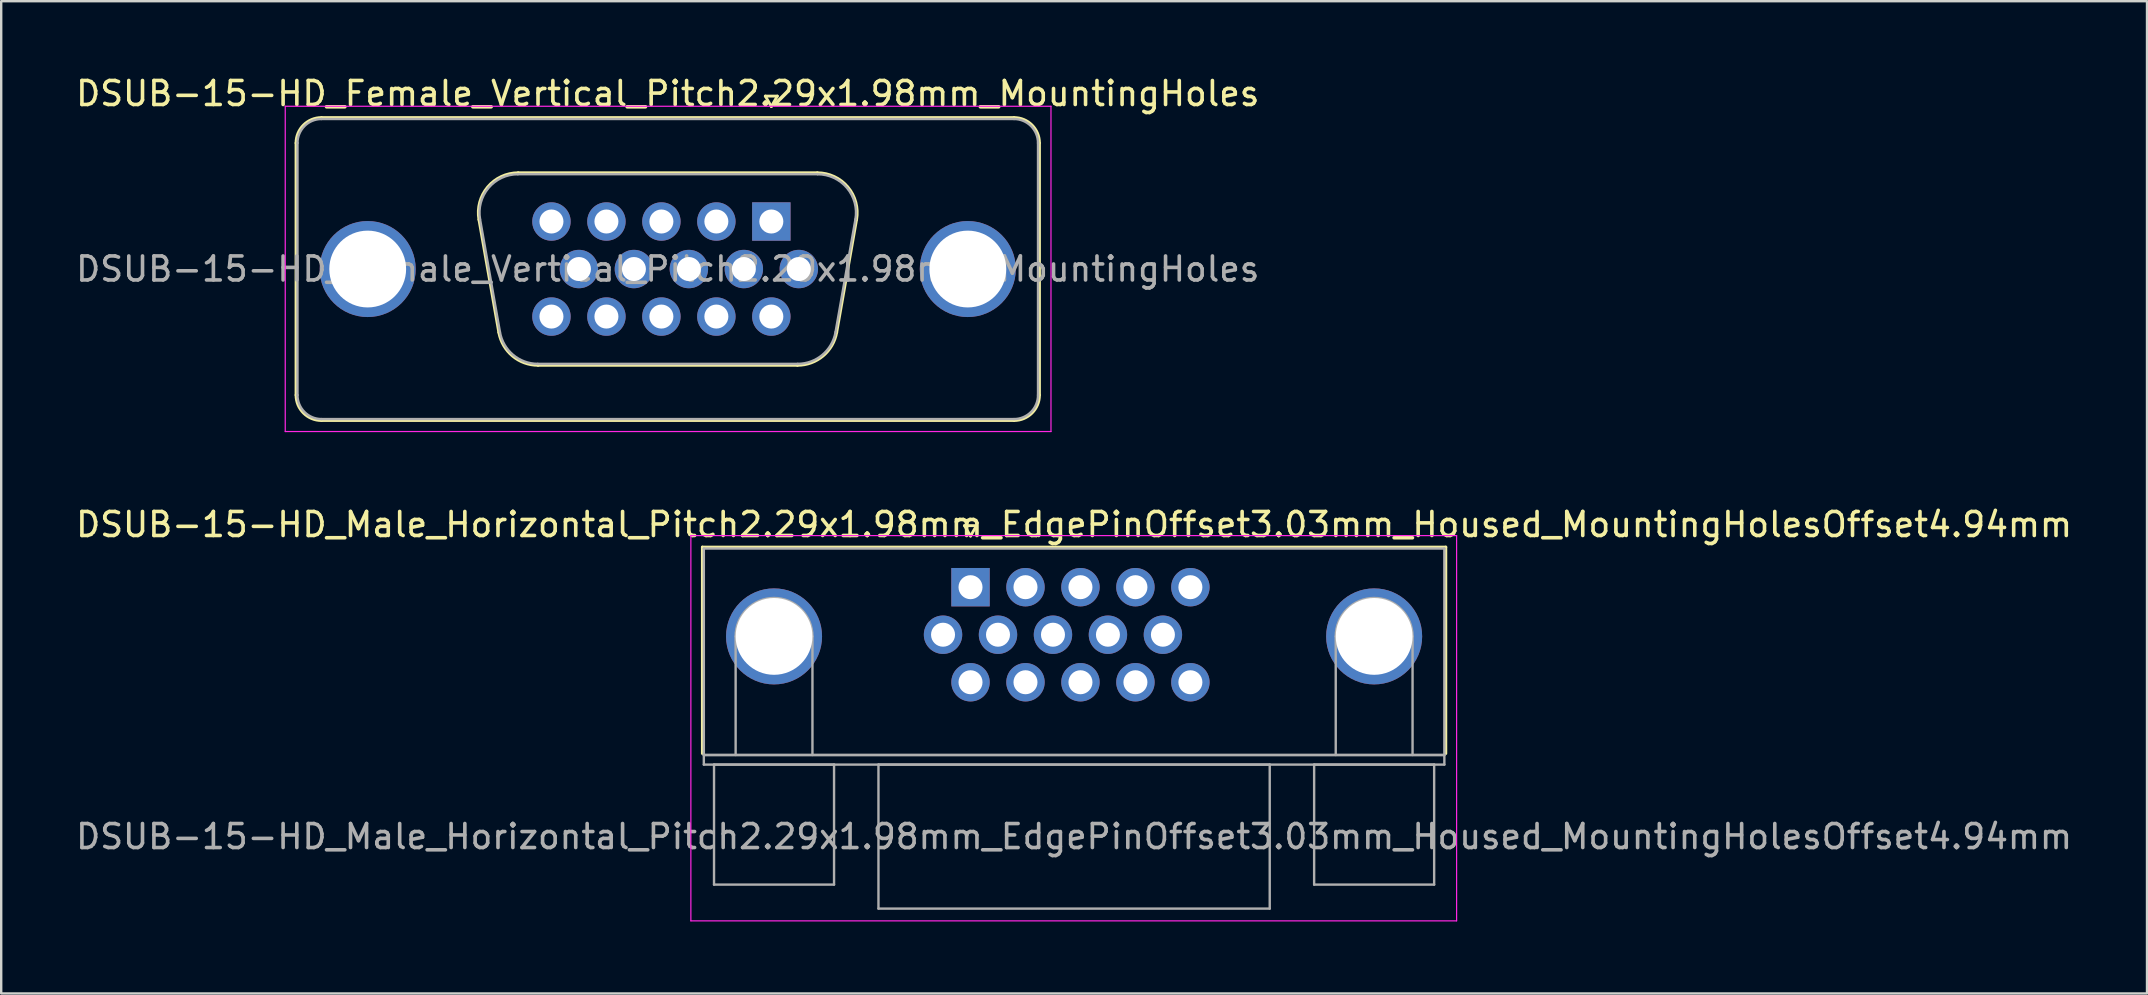
<source format=kicad_pcb>
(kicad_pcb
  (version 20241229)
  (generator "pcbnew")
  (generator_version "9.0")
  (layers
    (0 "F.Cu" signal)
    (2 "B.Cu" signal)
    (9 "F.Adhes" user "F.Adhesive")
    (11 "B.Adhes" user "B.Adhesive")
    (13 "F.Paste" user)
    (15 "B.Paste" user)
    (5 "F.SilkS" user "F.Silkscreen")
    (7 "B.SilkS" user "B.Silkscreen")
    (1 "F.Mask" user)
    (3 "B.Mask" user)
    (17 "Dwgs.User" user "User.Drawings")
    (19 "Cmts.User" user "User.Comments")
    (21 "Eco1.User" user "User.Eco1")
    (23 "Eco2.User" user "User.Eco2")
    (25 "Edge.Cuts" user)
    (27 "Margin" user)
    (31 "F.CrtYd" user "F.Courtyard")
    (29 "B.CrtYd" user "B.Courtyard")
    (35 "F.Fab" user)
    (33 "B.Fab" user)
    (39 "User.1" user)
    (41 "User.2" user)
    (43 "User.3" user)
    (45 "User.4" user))
  (footprint "DSUB-15-HD_Female_Vertical_Pitch2.29x1.98mm_MountingHoles"
    (layer "F.Cu")
    (at 29.083 6.178)
    (property "Reference" "DSUB-15-HD_Female_Vertical_Pitch2.29x1.98mm_MountingHoles" (at -4.315 -5.33 0) (layer "F.SilkS") (effects (font (size 1 1) (thickness 0.15))))
    (attr through_hole)
    (fp_line (start -19.8 7.23) (end -19.8 -3.27) (stroke (width 0.12) (type solid)) (layer "F.SilkS"))
    (fp_line (start -18.74 -4.33) (end 10.11 -4.33) (stroke (width 0.12) (type solid)) (layer "F.SilkS"))
    (fp_line (start -12.181 -0.082) (end -11.353 4.618) (stroke (width 0.12) (type solid)) (layer "F.SilkS"))
    (fp_line (start -10.547 -2.03) (end 1.917 -2.03) (stroke (width 0.12) (type solid)) (layer "F.SilkS"))
    (fp_line (start -9.718 5.99) (end 1.088 5.99) (stroke (width 0.12) (type solid)) (layer "F.SilkS"))
    (fp_line (start -0.25 -5.224) (end 0.25 -5.224) (stroke (width 0.12) (type solid)) (layer "F.SilkS"))
    (fp_line (start 0 -4.791) (end -0.25 -5.224) (stroke (width 0.12) (type solid)) (layer "F.SilkS"))
    (fp_line (start 0.25 -5.224) (end 0 -4.791) (stroke (width 0.12) (type solid)) (layer "F.SilkS"))
    (fp_line (start 3.551 -0.082) (end 2.723 4.618) (stroke (width 0.12) (type solid)) (layer "F.SilkS"))
    (fp_line (start 10.11 8.29) (end -18.74 8.29) (stroke (width 0.12) (type solid)) (layer "F.SilkS"))
    (fp_line (start 11.17 -3.27) (end 11.17 7.23) (stroke (width 0.12) (type solid)) (layer "F.SilkS"))
    (fp_arc (start -19.8 -3.27) (mid -19.489533 -4.019533) (end -18.74 -4.33) (stroke (width 0.12) (type solid)) (layer "F.SilkS"))
    (fp_arc (start -18.74 8.29) (mid -19.489533 7.979533) (end -19.8 7.23) (stroke (width 0.12) (type solid)) (layer "F.SilkS"))
    (fp_arc (start -12.18147 -0.081744) (mid -11.818323 -1.437028) (end -10.546689 -2.03) (stroke (width 0.12) (type solid)) (layer "F.SilkS"))
    (fp_arc (start -9.717952 5.99) (mid -10.784979 5.601634) (end -11.352733 4.618256) (stroke (width 0.12) (type solid)) (layer "F.SilkS"))
    (fp_arc (start 1.916689 -2.03) (mid 3.188323 -1.437027) (end 3.55147 -0.081744) (stroke (width 0.12) (type solid)) (layer "F.SilkS"))
    (fp_arc (start 2.722733 4.618256) (mid 2.15498 5.601634) (end 1.087952 5.99) (stroke (width 0.12) (type solid)) (layer "F.SilkS"))
    (fp_arc (start 10.11 -4.33) (mid 10.859533 -4.019533) (end 11.17 -3.27) (stroke (width 0.12) (type solid)) (layer "F.SilkS"))
    (fp_arc (start 11.17 7.23) (mid 10.859533 7.979533) (end 10.11 8.29) (stroke (width 0.12) (type solid)) (layer "F.SilkS"))
    (fp_line (start -20.25 -4.8) (end -20.25 8.75) (stroke (width 0.05) (type solid)) (layer "F.CrtYd"))
    (fp_line (start -20.25 8.75) (end 11.65 8.75) (stroke (width 0.05) (type solid)) (layer "F.CrtYd"))
    (fp_line (start 11.65 -4.8) (end -20.25 -4.8) (stroke (width 0.05) (type solid)) (layer "F.CrtYd"))
    (fp_line (start 11.65 8.75) (end 11.65 -4.8) (stroke (width 0.05) (type solid)) (layer "F.CrtYd"))
    (fp_line (start -19.74 7.23) (end -19.74 -3.27) (stroke (width 0.1) (type solid)) (layer "F.Fab"))
    (fp_line (start -18.74 -4.27) (end 10.11 -4.27) (stroke (width 0.1) (type solid)) (layer "F.Fab"))
    (fp_line (start -12.134 -0.092) (end -11.305 4.608) (stroke (width 0.1) (type solid)) (layer "F.Fab"))
    (fp_line (start -10.558 -1.97) (end 1.928 -1.97) (stroke (width 0.1) (type solid)) (layer "F.Fab"))
    (fp_line (start -9.729 5.93) (end 1.099 5.93) (stroke (width 0.1) (type solid)) (layer "F.Fab"))
    (fp_line (start 3.504 -0.092) (end 2.675 4.608) (stroke (width 0.1) (type solid)) (layer "F.Fab"))
    (fp_line (start 10.11 8.23) (end -18.74 8.23) (stroke (width 0.1) (type solid)) (layer "F.Fab"))
    (fp_line (start 11.11 -3.27) (end 11.11 7.23) (stroke (width 0.1) (type solid)) (layer "F.Fab"))
    (fp_arc (start -19.74 -3.27) (mid -19.447107 -3.977107) (end -18.74 -4.27) (stroke (width 0.1) (type solid)) (layer "F.Fab"))
    (fp_arc (start -18.74 8.23) (mid -19.447107 7.937107) (end -19.74 7.23) (stroke (width 0.1) (type solid)) (layer "F.Fab"))
    (fp_arc (start -12.133886 -0.092163) (mid -11.783865 -1.39846) (end -10.558194 -1.97) (stroke (width 0.1) (type solid)) (layer "F.Fab"))
    (fp_arc (start -9.729457 5.93) (mid -10.757917 5.555671) (end -11.305149 4.607837) (stroke (width 0.1) (type solid)) (layer "F.Fab"))
    (fp_arc (start 1.928194 -1.97) (mid 3.153865 -1.39846) (end 3.503886 -0.092163) (stroke (width 0.1) (type solid)) (layer "F.Fab"))
    (fp_arc (start 2.675149 4.607837) (mid 2.127917 5.555671) (end 1.099457 5.93) (stroke (width 0.1) (type solid)) (layer "F.Fab"))
    (fp_arc (start 10.11 -4.27) (mid 10.817107 -3.977107) (end 11.11 -3.27) (stroke (width 0.1) (type solid)) (layer "F.Fab"))
    (fp_arc (start 11.11 7.23) (mid 10.817107 7.937107) (end 10.11 8.23) (stroke (width 0.1) (type solid)) (layer "F.Fab"))
    (fp_text user "${REFERENCE}" (at -4.315 1.98 0) (layer "F.Fab") (effects (font (size 1 1) (thickness 0.15))))
    (pad "0" thru_hole circle (at -16.815 1.98) (size 4 4) (drill 3.2) (layers "*.Cu" "*.Mask"))
    (pad "0" thru_hole circle (at 8.185 1.98) (size 4 4) (drill 3.2) (layers "*.Cu" "*.Mask"))
    (pad "1" thru_hole rect (at 0 0) (size 1.6 1.6) (drill 1) (layers "*.Cu" "*.Mask"))
    (pad "2" thru_hole circle (at -2.29 0) (size 1.6 1.6) (drill 1) (layers "*.Cu" "*.Mask"))
    (pad "3" thru_hole circle (at -4.58 0) (size 1.6 1.6) (drill 1) (layers "*.Cu" "*.Mask"))
    (pad "4" thru_hole circle (at -6.87 0) (size 1.6 1.6) (drill 1) (layers "*.Cu" "*.Mask"))
    (pad "5" thru_hole circle (at -9.16 0) (size 1.6 1.6) (drill 1) (layers "*.Cu" "*.Mask"))
    (pad "6" thru_hole circle (at 1.145 1.98) (size 1.6 1.6) (drill 1) (layers "*.Cu" "*.Mask"))
    (pad "7" thru_hole circle (at -1.145 1.98) (size 1.6 1.6) (drill 1) (layers "*.Cu" "*.Mask"))
    (pad "8" thru_hole circle (at -3.435 1.98) (size 1.6 1.6) (drill 1) (layers "*.Cu" "*.Mask"))
    (pad "9" thru_hole circle (at -5.725 1.98) (size 1.6 1.6) (drill 1) (layers "*.Cu" "*.Mask"))
    (pad "10" thru_hole circle (at -8.015 1.98) (size 1.6 1.6) (drill 1) (layers "*.Cu" "*.Mask"))
    (pad "11" thru_hole circle (at 0 3.96) (size 1.6 1.6) (drill 1) (layers "*.Cu" "*.Mask"))
    (pad "12" thru_hole circle (at -2.29 3.96) (size 1.6 1.6) (drill 1) (layers "*.Cu" "*.Mask"))
    (pad "13" thru_hole circle (at -4.58 3.96) (size 1.6 1.6) (drill 1) (layers "*.Cu" "*.Mask"))
    (pad "14" thru_hole circle (at -6.87 3.96) (size 1.6 1.6) (drill 1) (layers "*.Cu" "*.Mask"))
    (pad "15" thru_hole circle (at -9.16 3.96) (size 1.6 1.6) (drill 1) (layers "*.Cu" "*.Mask")))
  (footprint "DSUB-15-HD_Male_Horizontal_Pitch2.29x1.98mm_EdgePinOffset3.03mm_Housed_MountingHolesOffset4.94mm"
    (layer "F.Cu")
    (at 37.381 21.412)
    (property "Reference" "DSUB-15-HD_Male_Horizontal_Pitch2.29x1.98mm_EdgePinOffset3.03mm_Housed_MountingHolesOffset4.94mm" (at 4.315 -2.61 0) (layer "F.SilkS") (effects (font (size 1 1) (thickness 0.15))))
    (attr through_hole)
    (fp_line (start -11.17 -1.67) (end 19.8 -1.67) (stroke (width 0.12) (type solid)) (layer "F.SilkS"))
    (fp_line (start -11.17 6.93) (end -11.17 -1.67) (stroke (width 0.12) (type solid)) (layer "F.SilkS"))
    (fp_line (start -0.25 -2.564) (end 0.25 -2.564) (stroke (width 0.12) (type solid)) (layer "F.SilkS"))
    (fp_line (start 0 -2.131) (end -0.25 -2.564) (stroke (width 0.12) (type solid)) (layer "F.SilkS"))
    (fp_line (start 0.25 -2.564) (end 0 -2.131) (stroke (width 0.12) (type solid)) (layer "F.SilkS"))
    (fp_line (start 19.8 -1.67) (end 19.8 6.93) (stroke (width 0.12) (type solid)) (layer "F.SilkS"))
    (fp_line (start -11.65 -2.15) (end -11.65 13.9) (stroke (width 0.05) (type solid)) (layer "F.CrtYd"))
    (fp_line (start -11.65 13.9) (end 20.25 13.9) (stroke (width 0.05) (type solid)) (layer "F.CrtYd"))
    (fp_line (start 20.25 -2.15) (end -11.65 -2.15) (stroke (width 0.05) (type solid)) (layer "F.CrtYd"))
    (fp_line (start 20.25 13.9) (end 20.25 -2.15) (stroke (width 0.05) (type solid)) (layer "F.CrtYd"))
    (fp_line (start -11.11 -1.61) (end -11.11 6.99) (stroke (width 0.1) (type solid)) (layer "F.Fab"))
    (fp_line (start -11.11 6.99) (end -11.11 7.39) (stroke (width 0.1) (type solid)) (layer "F.Fab"))
    (fp_line (start -11.11 6.99) (end 19.74 6.99) (stroke (width 0.1) (type solid)) (layer "F.Fab"))
    (fp_line (start -11.11 7.39) (end 19.74 7.39) (stroke (width 0.1) (type solid)) (layer "F.Fab"))
    (fp_line (start -10.685 7.39) (end -10.685 12.39) (stroke (width 0.1) (type solid)) (layer "F.Fab"))
    (fp_line (start -10.685 12.39) (end -5.685 12.39) (stroke (width 0.1) (type solid)) (layer "F.Fab"))
    (fp_line (start -9.785 6.99) (end -9.785 2.05) (stroke (width 0.1) (type solid)) (layer "F.Fab"))
    (fp_line (start -6.585 6.99) (end -6.585 2.05) (stroke (width 0.1) (type solid)) (layer "F.Fab"))
    (fp_line (start -5.685 7.39) (end -10.685 7.39) (stroke (width 0.1) (type solid)) (layer "F.Fab"))
    (fp_line (start -5.685 12.39) (end -5.685 7.39) (stroke (width 0.1) (type solid)) (layer "F.Fab"))
    (fp_line (start -3.835 7.39) (end -3.835 13.39) (stroke (width 0.1) (type solid)) (layer "F.Fab"))
    (fp_line (start -3.835 13.39) (end 12.465 13.39) (stroke (width 0.1) (type solid)) (layer "F.Fab"))
    (fp_line (start 12.465 7.39) (end -3.835 7.39) (stroke (width 0.1) (type solid)) (layer "F.Fab"))
    (fp_line (start 12.465 13.39) (end 12.465 7.39) (stroke (width 0.1) (type solid)) (layer "F.Fab"))
    (fp_line (start 14.315 7.39) (end 14.315 12.39) (stroke (width 0.1) (type solid)) (layer "F.Fab"))
    (fp_line (start 14.315 12.39) (end 19.315 12.39) (stroke (width 0.1) (type solid)) (layer "F.Fab"))
    (fp_line (start 15.215 6.99) (end 15.215 2.05) (stroke (width 0.1) (type solid)) (layer "F.Fab"))
    (fp_line (start 18.415 6.99) (end 18.415 2.05) (stroke (width 0.1) (type solid)) (layer "F.Fab"))
    (fp_line (start 19.315 7.39) (end 14.315 7.39) (stroke (width 0.1) (type solid)) (layer "F.Fab"))
    (fp_line (start 19.315 12.39) (end 19.315 7.39) (stroke (width 0.1) (type solid)) (layer "F.Fab"))
    (fp_line (start 19.74 -1.61) (end -11.11 -1.61) (stroke (width 0.1) (type solid)) (layer "F.Fab"))
    (fp_line (start 19.74 6.99) (end -11.11 6.99) (stroke (width 0.1) (type solid)) (layer "F.Fab"))
    (fp_line (start 19.74 6.99) (end 19.74 -1.61) (stroke (width 0.1) (type solid)) (layer "F.Fab"))
    (fp_line (start 19.74 7.39) (end 19.74 6.99) (stroke (width 0.1) (type solid)) (layer "F.Fab"))
    (fp_arc (start -9.785 2.05) (mid -8.185 0.45) (end -6.585 2.05) (stroke (width 0.1) (type solid)) (layer "F.Fab"))
    (fp_arc (start 15.215 2.05) (mid 16.815 0.45) (end 18.415 2.05) (stroke (width 0.1) (type solid)) (layer "F.Fab"))
    (fp_text user "${REFERENCE}" (at 4.315 10.39 0) (layer "F.Fab") (effects (font (size 1 1) (thickness 0.15))))
    (pad "0" thru_hole circle (at -8.185 2.05) (size 4 4) (drill 3.2) (layers "*.Cu" "*.Mask"))
    (pad "0" thru_hole circle (at 16.815 2.05) (size 4 4) (drill 3.2) (layers "*.Cu" "*.Mask"))
    (pad "1" thru_hole rect (at 0 0) (size 1.6 1.6) (drill 1) (layers "*.Cu" "*.Mask"))
    (pad "2" thru_hole circle (at 2.29 0) (size 1.6 1.6) (drill 1) (layers "*.Cu" "*.Mask"))
    (pad "3" thru_hole circle (at 4.58 0) (size 1.6 1.6) (drill 1) (layers "*.Cu" "*.Mask"))
    (pad "4" thru_hole circle (at 6.87 0) (size 1.6 1.6) (drill 1) (layers "*.Cu" "*.Mask"))
    (pad "5" thru_hole circle (at 9.16 0) (size 1.6 1.6) (drill 1) (layers "*.Cu" "*.Mask"))
    (pad "6" thru_hole circle (at -1.145 1.98) (size 1.6 1.6) (drill 1) (layers "*.Cu" "*.Mask"))
    (pad "7" thru_hole circle (at 1.145 1.98) (size 1.6 1.6) (drill 1) (layers "*.Cu" "*.Mask"))
    (pad "8" thru_hole circle (at 3.435 1.98) (size 1.6 1.6) (drill 1) (layers "*.Cu" "*.Mask"))
    (pad "9" thru_hole circle (at 5.725 1.98) (size 1.6 1.6) (drill 1) (layers "*.Cu" "*.Mask"))
    (pad "10" thru_hole circle (at 8.015 1.98) (size 1.6 1.6) (drill 1) (layers "*.Cu" "*.Mask"))
    (pad "11" thru_hole circle (at 0 3.96) (size 1.6 1.6) (drill 1) (layers "*.Cu" "*.Mask"))
    (pad "12" thru_hole circle (at 2.29 3.96) (size 1.6 1.6) (drill 1) (layers "*.Cu" "*.Mask"))
    (pad "13" thru_hole circle (at 4.58 3.96) (size 1.6 1.6) (drill 1) (layers "*.Cu" "*.Mask"))
    (pad "14" thru_hole circle (at 6.87 3.96) (size 1.6 1.6) (drill 1) (layers "*.Cu" "*.Mask"))
    (pad "15" thru_hole circle (at 9.16 3.96) (size 1.6 1.6) (drill 1) (layers "*.Cu" "*.Mask")))
  (gr_rect
    (start -3 -3)
    (end 86.393 38.337)
    (stroke (width 0.1) (type default))
    (fill no)
    (layer "Edge.Cuts")))
</source>
